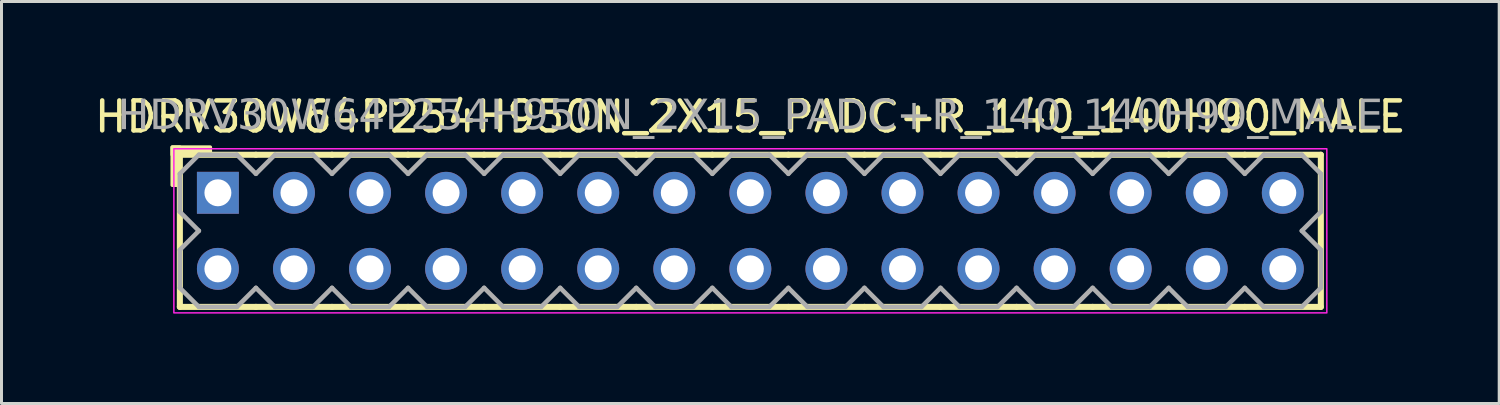
<source format=kicad_pcb>
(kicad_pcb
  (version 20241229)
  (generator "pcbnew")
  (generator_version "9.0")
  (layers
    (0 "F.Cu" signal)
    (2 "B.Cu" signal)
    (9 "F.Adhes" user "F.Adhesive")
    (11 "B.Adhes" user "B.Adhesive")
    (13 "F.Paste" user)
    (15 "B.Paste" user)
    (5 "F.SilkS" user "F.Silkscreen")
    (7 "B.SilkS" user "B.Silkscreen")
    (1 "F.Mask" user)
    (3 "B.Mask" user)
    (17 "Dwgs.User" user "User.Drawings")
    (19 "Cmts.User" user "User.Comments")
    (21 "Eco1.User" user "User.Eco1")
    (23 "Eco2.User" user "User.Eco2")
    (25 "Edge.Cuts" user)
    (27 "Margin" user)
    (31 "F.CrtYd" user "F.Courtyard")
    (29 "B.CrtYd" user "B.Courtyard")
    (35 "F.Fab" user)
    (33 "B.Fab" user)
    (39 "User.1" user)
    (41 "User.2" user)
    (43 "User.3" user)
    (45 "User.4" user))
  (footprint "HDRV30W64P254H950N_2X15_PADC+R_140_140H90_MALE"
    (layer "F.Cu")
    (at 22.006 4.658)
    (property "Reference" "HDRV30W64P254H950N_2X15_PADC+R_140_140H90_MALE" (at 0 -3.81 0) (layer "F.SilkS") (effects (font (size 1 1) (thickness 0.15))))
    (attr through_hole)
    (fp_line (start -19.05 2.54) (end -19.05 -2.54) (stroke (width 0.203) (type solid)) (layer "F.SilkS"))
    (fp_line (start -16.51 -2.54) (end -19.05 -2.54) (stroke (width 0.203) (type solid)) (layer "F.SilkS"))
    (fp_line (start -16.51 2.54) (end -19.05 2.54) (stroke (width 0.203) (type solid)) (layer "F.SilkS"))
    (fp_line (start -13.97 -2.54) (end -16.51 -2.54) (stroke (width 0.203) (type solid)) (layer "F.SilkS"))
    (fp_line (start -13.97 2.54) (end -16.51 2.54) (stroke (width 0.203) (type solid)) (layer "F.SilkS"))
    (fp_line (start -11.43 -2.54) (end -13.97 -2.54) (stroke (width 0.203) (type solid)) (layer "F.SilkS"))
    (fp_line (start -11.43 2.54) (end -13.97 2.54) (stroke (width 0.203) (type solid)) (layer "F.SilkS"))
    (fp_line (start -8.89 -2.54) (end -11.43 -2.54) (stroke (width 0.203) (type solid)) (layer "F.SilkS"))
    (fp_line (start -8.89 2.54) (end -11.43 2.54) (stroke (width 0.203) (type solid)) (layer "F.SilkS"))
    (fp_line (start -6.35 -2.54) (end -8.89 -2.54) (stroke (width 0.203) (type solid)) (layer "F.SilkS"))
    (fp_line (start -6.35 2.54) (end -8.89 2.54) (stroke (width 0.203) (type solid)) (layer "F.SilkS"))
    (fp_line (start -3.81 -2.54) (end -6.35 -2.54) (stroke (width 0.203) (type solid)) (layer "F.SilkS"))
    (fp_line (start -3.81 2.54) (end -6.35 2.54) (stroke (width 0.203) (type solid)) (layer "F.SilkS"))
    (fp_line (start -1.27 -2.54) (end -3.81 -2.54) (stroke (width 0.203) (type solid)) (layer "F.SilkS"))
    (fp_line (start -1.27 2.54) (end -3.81 2.54) (stroke (width 0.203) (type solid)) (layer "F.SilkS"))
    (fp_line (start 1.27 -2.54) (end -1.27 -2.54) (stroke (width 0.203) (type solid)) (layer "F.SilkS"))
    (fp_line (start 1.27 2.54) (end -1.27 2.54) (stroke (width 0.203) (type solid)) (layer "F.SilkS"))
    (fp_line (start 3.81 -2.54) (end 1.27 -2.54) (stroke (width 0.203) (type solid)) (layer "F.SilkS"))
    (fp_line (start 3.81 2.54) (end 1.27 2.54) (stroke (width 0.203) (type solid)) (layer "F.SilkS"))
    (fp_line (start 6.35 -2.54) (end 3.81 -2.54) (stroke (width 0.203) (type solid)) (layer "F.SilkS"))
    (fp_line (start 6.35 2.54) (end 3.81 2.54) (stroke (width 0.203) (type solid)) (layer "F.SilkS"))
    (fp_line (start 8.89 -2.54) (end 6.35 -2.54) (stroke (width 0.203) (type solid)) (layer "F.SilkS"))
    (fp_line (start 8.89 2.54) (end 6.35 2.54) (stroke (width 0.203) (type solid)) (layer "F.SilkS"))
    (fp_line (start 11.43 -2.54) (end 8.89 -2.54) (stroke (width 0.203) (type solid)) (layer "F.SilkS"))
    (fp_line (start 11.43 2.54) (end 8.89 2.54) (stroke (width 0.203) (type solid)) (layer "F.SilkS"))
    (fp_line (start 13.97 -2.54) (end 11.43 -2.54) (stroke (width 0.203) (type solid)) (layer "F.SilkS"))
    (fp_line (start 13.97 2.54) (end 11.43 2.54) (stroke (width 0.203) (type solid)) (layer "F.SilkS"))
    (fp_line (start 16.51 -2.54) (end 13.97 -2.54) (stroke (width 0.203) (type solid)) (layer "F.SilkS"))
    (fp_line (start 16.51 2.54) (end 13.97 2.54) (stroke (width 0.203) (type solid)) (layer "F.SilkS"))
    (fp_line (start 19.05 -2.54) (end 16.51 -2.54) (stroke (width 0.203) (type solid)) (layer "F.SilkS"))
    (fp_line (start 19.05 2.54) (end 16.51 2.54) (stroke (width 0.203) (type solid)) (layer "F.SilkS"))
    (fp_line (start 19.05 2.54) (end 19.05 -2.54) (stroke (width 0.203) (type solid)) (layer "F.SilkS"))
    (fp_rect (start -19.304 -1.524) (end -19.05 -2.794) (stroke (width 0.12) (type solid)) (fill yes) (layer "F.SilkS"))
    (fp_rect (start -18.034 -2.54) (end -19.304 -2.794) (stroke (width 0.12) (type solid)) (fill yes) (layer "F.SilkS"))
    (fp_rect (start -19.25 -2.74) (end 19.25 2.74) (stroke (width 0.05) (type default)) (fill no) (layer "F.CrtYd"))
    (fp_line (start -19.05 -1.905) (end -19.05 -0.635) (stroke (width 0.152) (type solid)) (layer "F.Fab"))
    (fp_line (start -19.05 -1.905) (end -18.415 -2.54) (stroke (width 0.152) (type solid)) (layer "F.Fab"))
    (fp_line (start -19.05 0.635) (end -19.05 1.905) (stroke (width 0.152) (type solid)) (layer "F.Fab"))
    (fp_line (start -18.415 -2.54) (end -17.145 -2.54) (stroke (width 0.152) (type solid)) (layer "F.Fab"))
    (fp_line (start -18.415 0) (end -19.05 -0.635) (stroke (width 0.152) (type solid)) (layer "F.Fab"))
    (fp_line (start -18.415 0) (end -19.05 0.635) (stroke (width 0.152) (type solid)) (layer "F.Fab"))
    (fp_line (start -18.415 2.54) (end -19.05 1.905) (stroke (width 0.152) (type solid)) (layer "F.Fab"))
    (fp_line (start -17.145 -2.54) (end -16.51 -1.905) (stroke (width 0.152) (type solid)) (layer "F.Fab"))
    (fp_line (start -17.145 2.54) (end -18.415 2.54) (stroke (width 0.152) (type solid)) (layer "F.Fab"))
    (fp_line (start -16.51 -1.905) (end -15.875 -2.54) (stroke (width 0.152) (type solid)) (layer "F.Fab"))
    (fp_line (start -16.51 1.905) (end -17.145 2.54) (stroke (width 0.152) (type solid)) (layer "F.Fab"))
    (fp_line (start -15.875 -2.54) (end -14.605 -2.54) (stroke (width 0.152) (type solid)) (layer "F.Fab"))
    (fp_line (start -15.875 2.54) (end -16.51 1.905) (stroke (width 0.152) (type solid)) (layer "F.Fab"))
    (fp_line (start -14.605 -2.54) (end -13.97 -1.905) (stroke (width 0.152) (type solid)) (layer "F.Fab"))
    (fp_line (start -14.605 2.54) (end -15.875 2.54) (stroke (width 0.152) (type solid)) (layer "F.Fab"))
    (fp_line (start -13.97 -1.905) (end -13.335 -2.54) (stroke (width 0.152) (type solid)) (layer "F.Fab"))
    (fp_line (start -13.97 1.905) (end -14.605 2.54) (stroke (width 0.152) (type solid)) (layer "F.Fab"))
    (fp_line (start -13.335 -2.54) (end -12.065 -2.54) (stroke (width 0.152) (type solid)) (layer "F.Fab"))
    (fp_line (start -13.335 2.54) (end -13.97 1.905) (stroke (width 0.152) (type solid)) (layer "F.Fab"))
    (fp_line (start -12.065 -2.54) (end -11.43 -1.905) (stroke (width 0.152) (type solid)) (layer "F.Fab"))
    (fp_line (start -12.065 2.54) (end -13.335 2.54) (stroke (width 0.152) (type solid)) (layer "F.Fab"))
    (fp_line (start -11.43 -1.905) (end -10.795 -2.54) (stroke (width 0.152) (type solid)) (layer "F.Fab"))
    (fp_line (start -11.43 1.905) (end -12.065 2.54) (stroke (width 0.152) (type solid)) (layer "F.Fab"))
    (fp_line (start -10.795 -2.54) (end -9.525 -2.54) (stroke (width 0.152) (type solid)) (layer "F.Fab"))
    (fp_line (start -10.795 2.54) (end -11.43 1.905) (stroke (width 0.152) (type solid)) (layer "F.Fab"))
    (fp_line (start -9.525 -2.54) (end -8.89 -1.905) (stroke (width 0.152) (type solid)) (layer "F.Fab"))
    (fp_line (start -9.525 2.54) (end -10.795 2.54) (stroke (width 0.152) (type solid)) (layer "F.Fab"))
    (fp_line (start -8.89 -1.905) (end -8.255 -2.54) (stroke (width 0.152) (type solid)) (layer "F.Fab"))
    (fp_line (start -8.89 1.905) (end -9.525 2.54) (stroke (width 0.152) (type solid)) (layer "F.Fab"))
    (fp_line (start -8.255 -2.54) (end -6.985 -2.54) (stroke (width 0.152) (type solid)) (layer "F.Fab"))
    (fp_line (start -8.255 2.54) (end -8.89 1.905) (stroke (width 0.152) (type solid)) (layer "F.Fab"))
    (fp_line (start -6.985 -2.54) (end -6.35 -1.905) (stroke (width 0.152) (type solid)) (layer "F.Fab"))
    (fp_line (start -6.985 2.54) (end -8.255 2.54) (stroke (width 0.152) (type solid)) (layer "F.Fab"))
    (fp_line (start -6.35 -1.905) (end -5.715 -2.54) (stroke (width 0.152) (type solid)) (layer "F.Fab"))
    (fp_line (start -6.35 1.905) (end -6.985 2.54) (stroke (width 0.152) (type solid)) (layer "F.Fab"))
    (fp_line (start -5.715 -2.54) (end -4.445 -2.54) (stroke (width 0.152) (type solid)) (layer "F.Fab"))
    (fp_line (start -5.715 2.54) (end -6.35 1.905) (stroke (width 0.152) (type solid)) (layer "F.Fab"))
    (fp_line (start -4.445 -2.54) (end -3.81 -1.905) (stroke (width 0.152) (type solid)) (layer "F.Fab"))
    (fp_line (start -4.445 2.54) (end -5.715 2.54) (stroke (width 0.152) (type solid)) (layer "F.Fab"))
    (fp_line (start -3.81 -1.905) (end -3.175 -2.54) (stroke (width 0.152) (type solid)) (layer "F.Fab"))
    (fp_line (start -3.81 1.905) (end -4.445 2.54) (stroke (width 0.152) (type solid)) (layer "F.Fab"))
    (fp_line (start -3.175 -2.54) (end -1.905 -2.54) (stroke (width 0.152) (type solid)) (layer "F.Fab"))
    (fp_line (start -3.175 2.54) (end -3.81 1.905) (stroke (width 0.152) (type solid)) (layer "F.Fab"))
    (fp_line (start -1.905 -2.54) (end -1.27 -1.905) (stroke (width 0.152) (type solid)) (layer "F.Fab"))
    (fp_line (start -1.905 2.54) (end -3.175 2.54) (stroke (width 0.152) (type solid)) (layer "F.Fab"))
    (fp_line (start -1.27 -1.905) (end -0.635 -2.54) (stroke (width 0.152) (type solid)) (layer "F.Fab"))
    (fp_line (start -1.27 1.905) (end -1.905 2.54) (stroke (width 0.152) (type solid)) (layer "F.Fab"))
    (fp_line (start -0.635 -2.54) (end 0.635 -2.54) (stroke (width 0.152) (type solid)) (layer "F.Fab"))
    (fp_line (start -0.635 2.54) (end -1.27 1.905) (stroke (width 0.152) (type solid)) (layer "F.Fab"))
    (fp_line (start 0.635 -2.54) (end 1.27 -1.905) (stroke (width 0.152) (type solid)) (layer "F.Fab"))
    (fp_line (start 0.635 2.54) (end -0.635 2.54) (stroke (width 0.152) (type solid)) (layer "F.Fab"))
    (fp_line (start 1.27 -1.905) (end 1.905 -2.54) (stroke (width 0.152) (type solid)) (layer "F.Fab"))
    (fp_line (start 1.27 1.905) (end 0.635 2.54) (stroke (width 0.152) (type solid)) (layer "F.Fab"))
    (fp_line (start 1.905 -2.54) (end 3.175 -2.54) (stroke (width 0.152) (type solid)) (layer "F.Fab"))
    (fp_line (start 1.905 2.54) (end 1.27 1.905) (stroke (width 0.152) (type solid)) (layer "F.Fab"))
    (fp_line (start 3.175 -2.54) (end 3.81 -1.905) (stroke (width 0.152) (type solid)) (layer "F.Fab"))
    (fp_line (start 3.175 2.54) (end 1.905 2.54) (stroke (width 0.152) (type solid)) (layer "F.Fab"))
    (fp_line (start 3.81 -1.905) (end 4.445 -2.54) (stroke (width 0.152) (type solid)) (layer "F.Fab"))
    (fp_line (start 3.81 1.905) (end 3.175 2.54) (stroke (width 0.152) (type solid)) (layer "F.Fab"))
    (fp_line (start 4.445 -2.54) (end 5.715 -2.54) (stroke (width 0.152) (type solid)) (layer "F.Fab"))
    (fp_line (start 4.445 2.54) (end 3.81 1.905) (stroke (width 0.152) (type solid)) (layer "F.Fab"))
    (fp_line (start 5.715 -2.54) (end 6.35 -1.905) (stroke (width 0.152) (type solid)) (layer "F.Fab"))
    (fp_line (start 5.715 2.54) (end 4.445 2.54) (stroke (width 0.152) (type solid)) (layer "F.Fab"))
    (fp_line (start 6.35 -1.905) (end 6.985 -2.54) (stroke (width 0.152) (type solid)) (layer "F.Fab"))
    (fp_line (start 6.35 1.905) (end 5.715 2.54) (stroke (width 0.152) (type solid)) (layer "F.Fab"))
    (fp_line (start 6.985 -2.54) (end 8.255 -2.54) (stroke (width 0.152) (type solid)) (layer "F.Fab"))
    (fp_line (start 6.985 2.54) (end 6.35 1.905) (stroke (width 0.152) (type solid)) (layer "F.Fab"))
    (fp_line (start 8.255 -2.54) (end 8.89 -1.905) (stroke (width 0.152) (type solid)) (layer "F.Fab"))
    (fp_line (start 8.255 2.54) (end 6.985 2.54) (stroke (width 0.152) (type solid)) (layer "F.Fab"))
    (fp_line (start 8.89 -1.905) (end 9.525 -2.54) (stroke (width 0.152) (type solid)) (layer "F.Fab"))
    (fp_line (start 8.89 1.905) (end 8.255 2.54) (stroke (width 0.152) (type solid)) (layer "F.Fab"))
    (fp_line (start 9.525 -2.54) (end 10.795 -2.54) (stroke (width 0.152) (type solid)) (layer "F.Fab"))
    (fp_line (start 9.525 2.54) (end 8.89 1.905) (stroke (width 0.152) (type solid)) (layer "F.Fab"))
    (fp_line (start 10.795 -2.54) (end 11.43 -1.905) (stroke (width 0.152) (type solid)) (layer "F.Fab"))
    (fp_line (start 10.795 2.54) (end 9.525 2.54) (stroke (width 0.152) (type solid)) (layer "F.Fab"))
    (fp_line (start 11.43 -1.905) (end 12.065 -2.54) (stroke (width 0.152) (type solid)) (layer "F.Fab"))
    (fp_line (start 11.43 1.905) (end 10.795 2.54) (stroke (width 0.152) (type solid)) (layer "F.Fab"))
    (fp_line (start 12.065 -2.54) (end 13.335 -2.54) (stroke (width 0.152) (type solid)) (layer "F.Fab"))
    (fp_line (start 12.065 2.54) (end 11.43 1.905) (stroke (width 0.152) (type solid)) (layer "F.Fab"))
    (fp_line (start 13.335 -2.54) (end 13.97 -1.905) (stroke (width 0.152) (type solid)) (layer "F.Fab"))
    (fp_line (start 13.335 2.54) (end 12.065 2.54) (stroke (width 0.152) (type solid)) (layer "F.Fab"))
    (fp_line (start 13.97 -1.905) (end 14.605 -2.54) (stroke (width 0.152) (type solid)) (layer "F.Fab"))
    (fp_line (start 13.97 1.905) (end 13.335 2.54) (stroke (width 0.152) (type solid)) (layer "F.Fab"))
    (fp_line (start 14.605 -2.54) (end 15.875 -2.54) (stroke (width 0.152) (type solid)) (layer "F.Fab"))
    (fp_line (start 14.605 2.54) (end 13.97 1.905) (stroke (width 0.152) (type solid)) (layer "F.Fab"))
    (fp_line (start 15.875 -2.54) (end 16.51 -1.905) (stroke (width 0.152) (type solid)) (layer "F.Fab"))
    (fp_line (start 15.875 2.54) (end 14.605 2.54) (stroke (width 0.152) (type solid)) (layer "F.Fab"))
    (fp_line (start 16.51 -1.905) (end 17.145 -2.54) (stroke (width 0.152) (type solid)) (layer "F.Fab"))
    (fp_line (start 16.51 1.905) (end 15.875 2.54) (stroke (width 0.152) (type solid)) (layer "F.Fab"))
    (fp_line (start 17.145 -2.54) (end 18.415 -2.54) (stroke (width 0.152) (type solid)) (layer "F.Fab"))
    (fp_line (start 17.145 2.54) (end 16.51 1.905) (stroke (width 0.152) (type solid)) (layer "F.Fab"))
    (fp_line (start 18.415 -2.54) (end 19.05 -1.905) (stroke (width 0.152) (type solid)) (layer "F.Fab"))
    (fp_line (start 18.415 0) (end 19.05 0.635) (stroke (width 0.152) (type solid)) (layer "F.Fab"))
    (fp_line (start 18.415 2.54) (end 17.145 2.54) (stroke (width 0.152) (type solid)) (layer "F.Fab"))
    (fp_line (start 19.05 -1.905) (end 19.05 -0.635) (stroke (width 0.152) (type solid)) (layer "F.Fab"))
    (fp_line (start 19.05 -0.635) (end 18.415 0) (stroke (width 0.152) (type solid)) (layer "F.Fab"))
    (fp_line (start 19.05 0.635) (end 19.05 1.905) (stroke (width 0.152) (type solid)) (layer "F.Fab"))
    (fp_line (start 19.05 1.905) (end 18.415 2.54) (stroke (width 0.152) (type solid)) (layer "F.Fab"))
    (fp_rect (start -17.526 -1.524) (end -18.034 -1.016) (stroke (width 0.152) (type solid)) (fill no) (layer "F.Fab"))
    (fp_rect (start -17.526 1.016) (end -18.034 1.524) (stroke (width 0.152) (type solid)) (fill no) (layer "F.Fab"))
    (fp_rect (start -14.986 -1.524) (end -15.494 -1.016) (stroke (width 0.152) (type solid)) (fill no) (layer "F.Fab"))
    (fp_rect (start -14.986 1.016) (end -15.494 1.524) (stroke (width 0.152) (type solid)) (fill no) (layer "F.Fab"))
    (fp_rect (start -12.446 -1.524) (end -12.954 -1.016) (stroke (width 0.152) (type solid)) (fill no) (layer "F.Fab"))
    (fp_rect (start -12.446 1.016) (end -12.954 1.524) (stroke (width 0.152) (type solid)) (fill no) (layer "F.Fab"))
    (fp_rect (start -9.906 -1.524) (end -10.414 -1.016) (stroke (width 0.152) (type solid)) (fill no) (layer "F.Fab"))
    (fp_rect (start -9.906 1.016) (end -10.414 1.524) (stroke (width 0.152) (type solid)) (fill no) (layer "F.Fab"))
    (fp_rect (start -7.366 -1.524) (end -7.874 -1.016) (stroke (width 0.152) (type solid)) (fill no) (layer "F.Fab"))
    (fp_rect (start -7.366 1.016) (end -7.874 1.524) (stroke (width 0.152) (type solid)) (fill no) (layer "F.Fab"))
    (fp_rect (start -4.826 -1.524) (end -5.334 -1.016) (stroke (width 0.152) (type solid)) (fill no) (layer "F.Fab"))
    (fp_rect (start -4.826 1.016) (end -5.334 1.524) (stroke (width 0.152) (type solid)) (fill no) (layer "F.Fab"))
    (fp_rect (start -2.286 -1.524) (end -2.794 -1.016) (stroke (width 0.152) (type solid)) (fill no) (layer "F.Fab"))
    (fp_rect (start -2.286 1.016) (end -2.794 1.524) (stroke (width 0.152) (type solid)) (fill no) (layer "F.Fab"))
    (fp_rect (start 0.254 -1.524) (end -0.254 -1.016) (stroke (width 0.152) (type solid)) (fill no) (layer "F.Fab"))
    (fp_rect (start 0.254 1.016) (end -0.254 1.524) (stroke (width 0.152) (type solid)) (fill no) (layer "F.Fab"))
    (fp_rect (start 2.794 -1.524) (end 2.286 -1.016) (stroke (width 0.152) (type solid)) (fill no) (layer "F.Fab"))
    (fp_rect (start 2.794 1.016) (end 2.286 1.524) (stroke (width 0.152) (type solid)) (fill no) (layer "F.Fab"))
    (fp_rect (start 5.334 -1.524) (end 4.826 -1.016) (stroke (width 0.152) (type solid)) (fill no) (layer "F.Fab"))
    (fp_rect (start 5.334 1.016) (end 4.826 1.524) (stroke (width 0.152) (type solid)) (fill no) (layer "F.Fab"))
    (fp_rect (start 7.874 -1.524) (end 7.366 -1.016) (stroke (width 0.152) (type solid)) (fill no) (layer "F.Fab"))
    (fp_rect (start 7.874 1.016) (end 7.366 1.524) (stroke (width 0.152) (type solid)) (fill no) (layer "F.Fab"))
    (fp_rect (start 10.414 -1.524) (end 9.906 -1.016) (stroke (width 0.152) (type solid)) (fill no) (layer "F.Fab"))
    (fp_rect (start 10.414 1.016) (end 9.906 1.524) (stroke (width 0.152) (type solid)) (fill no) (layer "F.Fab"))
    (fp_rect (start 12.954 -1.524) (end 12.446 -1.016) (stroke (width 0.152) (type solid)) (fill no) (layer "F.Fab"))
    (fp_rect (start 12.954 1.016) (end 12.446 1.524) (stroke (width 0.152) (type solid)) (fill no) (layer "F.Fab"))
    (fp_rect (start 15.494 -1.524) (end 14.986 -1.016) (stroke (width 0.152) (type solid)) (fill no) (layer "F.Fab"))
    (fp_rect (start 15.494 1.016) (end 14.986 1.524) (stroke (width 0.152) (type solid)) (fill no) (layer "F.Fab"))
    (fp_rect (start 18.034 -1.524) (end 17.526 -1.016) (stroke (width 0.152) (type solid)) (fill no) (layer "F.Fab"))
    (fp_rect (start 18.034 1.016) (end 17.526 1.524) (stroke (width 0.152) (type solid)) (fill no) (layer "F.Fab"))
    (fp_text user "${REFERENCE}" (at 0 -3.81 0) (layer "F.Fab") (effects (font (face "Tahoma") (size 1 1) (thickness 0.15))))
    (pad "1" thru_hole rect (at -17.78 -1.27) (size 1.4 1.4) (drill 0.9) (layers "*.Cu" "*.Mask"))
    (pad "2" thru_hole circle (at -17.78 1.27) (size 1.4 1.4) (drill 0.9) (layers "*.Cu" "*.Mask"))
    (pad "3" thru_hole circle (at -15.24 -1.27) (size 1.4 1.4) (drill 0.9) (layers "*.Cu" "*.Mask"))
    (pad "4" thru_hole circle (at -15.24 1.27) (size 1.4 1.4) (drill 0.9) (layers "*.Cu" "*.Mask"))
    (pad "5" thru_hole circle (at -12.7 -1.27) (size 1.4 1.4) (drill 0.9) (layers "*.Cu" "*.Mask"))
    (pad "6" thru_hole circle (at -12.7 1.27) (size 1.4 1.4) (drill 0.9) (layers "*.Cu" "*.Mask"))
    (pad "7" thru_hole circle (at -10.16 -1.27) (size 1.4 1.4) (drill 0.9) (layers "*.Cu" "*.Mask"))
    (pad "8" thru_hole circle (at -10.16 1.27) (size 1.4 1.4) (drill 0.9) (layers "*.Cu" "*.Mask"))
    (pad "9" thru_hole circle (at -7.62 -1.27) (size 1.4 1.4) (drill 0.9) (layers "*.Cu" "*.Mask"))
    (pad "10" thru_hole circle (at -7.62 1.27) (size 1.4 1.4) (drill 0.9) (layers "*.Cu" "*.Mask"))
    (pad "11" thru_hole circle (at -5.08 -1.27) (size 1.4 1.4) (drill 0.9) (layers "*.Cu" "*.Mask"))
    (pad "12" thru_hole circle (at -5.08 1.27) (size 1.4 1.4) (drill 0.9) (layers "*.Cu" "*.Mask"))
    (pad "13" thru_hole circle (at -2.54 -1.27) (size 1.4 1.4) (drill 0.9) (layers "*.Cu" "*.Mask"))
    (pad "14" thru_hole circle (at -2.54 1.27) (size 1.4 1.4) (drill 0.9) (layers "*.Cu" "*.Mask"))
    (pad "15" thru_hole circle (at 0 -1.27) (size 1.4 1.4) (drill 0.9) (layers "*.Cu" "*.Mask"))
    (pad "16" thru_hole circle (at 0 1.27) (size 1.4 1.4) (drill 0.9) (layers "*.Cu" "*.Mask"))
    (pad "17" thru_hole circle (at 2.54 -1.27) (size 1.4 1.4) (drill 0.9) (layers "*.Cu" "*.Mask"))
    (pad "18" thru_hole circle (at 2.54 1.27) (size 1.4 1.4) (drill 0.9) (layers "*.Cu" "*.Mask"))
    (pad "19" thru_hole circle (at 5.08 -1.27) (size 1.4 1.4) (drill 0.9) (layers "*.Cu" "*.Mask"))
    (pad "20" thru_hole circle (at 5.08 1.27) (size 1.4 1.4) (drill 0.9) (layers "*.Cu" "*.Mask"))
    (pad "21" thru_hole circle (at 7.62 -1.27) (size 1.4 1.4) (drill 0.9) (layers "*.Cu" "*.Mask"))
    (pad "22" thru_hole circle (at 7.62 1.27) (size 1.4 1.4) (drill 0.9) (layers "*.Cu" "*.Mask"))
    (pad "23" thru_hole circle (at 10.16 -1.27) (size 1.4 1.4) (drill 0.9) (layers "*.Cu" "*.Mask"))
    (pad "24" thru_hole circle (at 10.16 1.27) (size 1.4 1.4) (drill 0.9) (layers "*.Cu" "*.Mask"))
    (pad "25" thru_hole circle (at 12.7 -1.27) (size 1.4 1.4) (drill 0.9) (layers "*.Cu" "*.Mask"))
    (pad "26" thru_hole circle (at 12.7 1.27) (size 1.4 1.4) (drill 0.9) (layers "*.Cu" "*.Mask"))
    (pad "27" thru_hole circle (at 15.24 -1.27) (size 1.4 1.4) (drill 0.9) (layers "*.Cu" "*.Mask"))
    (pad "28" thru_hole circle (at 15.24 1.27) (size 1.4 1.4) (drill 0.9) (layers "*.Cu" "*.Mask"))
    (pad "29" thru_hole circle (at 17.78 -1.27) (size 1.4 1.4) (drill 0.9) (layers "*.Cu" "*.Mask"))
    (pad "30" thru_hole circle (at 17.78 1.27) (size 1.4 1.4) (drill 0.9) (layers "*.Cu" "*.Mask")))
  (gr_rect
    (start -3 -3)
    (end 47.012 10.423)
    (stroke (width 0.1) (type default))
    (fill no)
    (layer "Edge.Cuts")))
</source>
